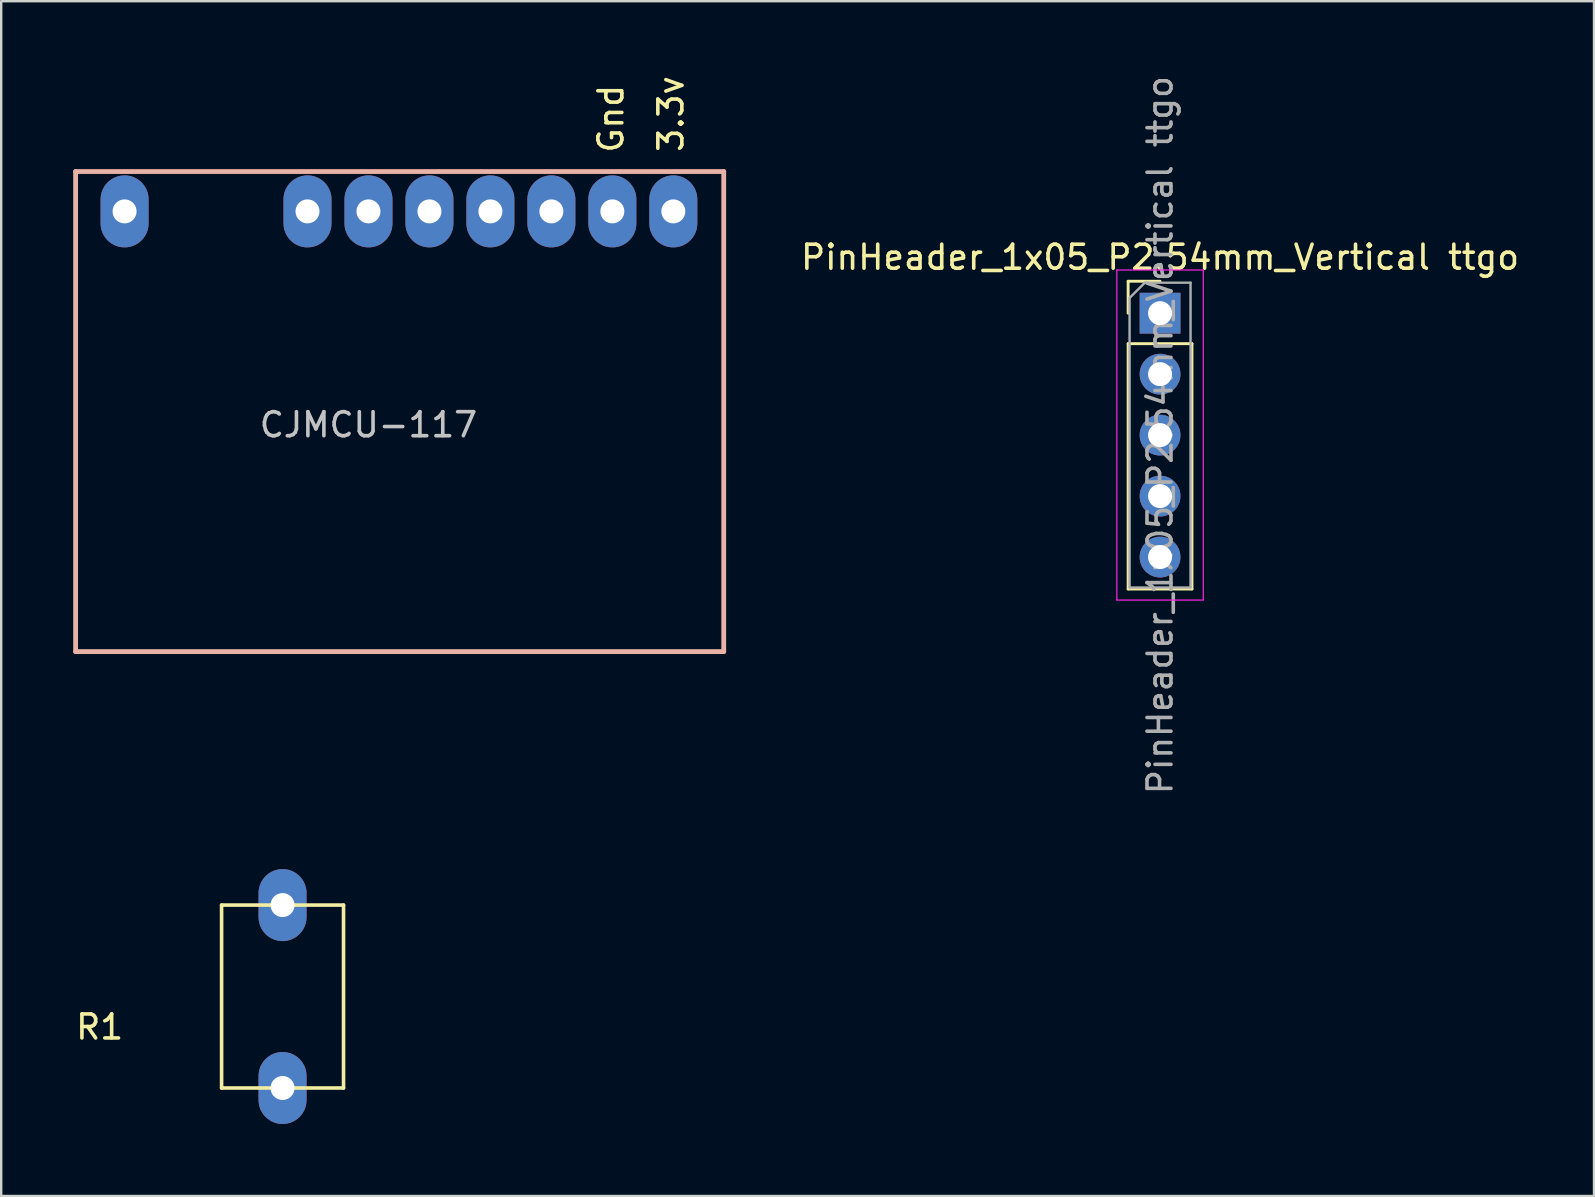
<source format=kicad_pcb>
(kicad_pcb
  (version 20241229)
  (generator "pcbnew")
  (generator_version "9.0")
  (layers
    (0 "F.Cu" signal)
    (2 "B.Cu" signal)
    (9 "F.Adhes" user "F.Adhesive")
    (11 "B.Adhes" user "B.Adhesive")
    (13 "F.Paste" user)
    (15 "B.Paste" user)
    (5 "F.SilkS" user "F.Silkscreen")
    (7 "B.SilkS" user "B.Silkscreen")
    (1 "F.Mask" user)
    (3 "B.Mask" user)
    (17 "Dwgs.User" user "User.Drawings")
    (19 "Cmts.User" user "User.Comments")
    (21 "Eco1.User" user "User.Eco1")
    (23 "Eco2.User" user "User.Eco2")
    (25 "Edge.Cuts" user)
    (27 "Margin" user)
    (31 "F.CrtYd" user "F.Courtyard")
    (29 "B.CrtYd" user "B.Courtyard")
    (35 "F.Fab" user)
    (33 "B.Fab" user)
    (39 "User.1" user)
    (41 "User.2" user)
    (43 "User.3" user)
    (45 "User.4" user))
  (footprint "CJMCU-117"
    (layer "F.Cu")
    (at 12.3 8.296)
    (property "Reference" "CJMCU-117" (at 0 6.35 0) (layer "Dwgs.User") (effects (font (size 1 1) (thickness 0.15))))
    (attr through_hole)
    (fp_line (start -12.2 -4.2) (end 14.8 -4.2) (stroke (width 0.2) (type solid)) (layer "B.SilkS"))
    (fp_line (start -12.2 15.8) (end -12.2 -4.2) (stroke (width 0.2) (type solid)) (layer "B.SilkS"))
    (fp_line (start 14.8 -4.2) (end 14.8 15.8) (stroke (width 0.2) (type solid)) (layer "B.SilkS"))
    (fp_line (start 14.8 15.8) (end -12.2 15.8) (stroke (width 0.2) (type solid)) (layer "B.SilkS"))
    (fp_text user "3.3v" (at 12.6 -6.6 90) (layer "F.SilkS") (effects (font (size 1 1) (thickness 0.15))))
    (fp_text user "Gnd" (at 10.1 -6.4 90) (layer "F.SilkS") (effects (font (size 1 1) (thickness 0.15))))
    (pad "1" thru_hole oval (at 12.7 -2.54) (size 2 3) (drill 1) (layers "*.Cu" "*.Paste" "*.Mask"))
    (pad "2" thru_hole oval (at 10.16 -2.54) (size 2 3) (drill 1) (layers "*.Cu" "*.Paste" "*.Mask"))
    (pad "3" thru_hole oval (at 7.62 -2.54) (size 2 3) (drill 1) (layers "*.Cu" "*.Paste" "*.Mask"))
    (pad "4" thru_hole oval (at 5.08 -2.54) (size 2 3) (drill 1) (layers "*.Cu" "*.Paste" "*.Mask"))
    (pad "5" thru_hole oval (at 2.54 -2.54) (size 2 3) (drill 1) (layers "*.Cu" "*.Paste" "*.Mask"))
    (pad "6" thru_hole oval (at 0 -2.54) (size 2 3) (drill 1) (layers "*.Cu" "*.Paste" "*.Mask"))
    (pad "7" thru_hole oval (at -2.54 -2.54) (size 2 3) (drill 1) (layers "*.Cu" "*.Paste" "*.Mask"))
    (pad "10" thru_hole oval (at -10.16 -2.54) (size 2 3) (drill 1) (layers "*.Cu" "*.Paste" "*.Mask")))
  (footprint "R1"
    (layer "F.Cu")
    (at 8.721 42.275)
    (property "Reference" "R1" (at -7.62 -2.54 0) (layer "F.SilkS") (effects (font (size 1 1) (thickness 0.15))))
    (attr through_hole)
    (fp_line (start -2.54 -7.62) (end 2.54 -7.62) (stroke (width 0.15) (type solid)) (layer "F.SilkS"))
    (fp_line (start -2.54 0) (end -2.54 -7.62) (stroke (width 0.15) (type solid)) (layer "F.SilkS"))
    (fp_line (start 2.54 -7.62) (end 2.54 0) (stroke (width 0.15) (type solid)) (layer "F.SilkS"))
    (fp_line (start 2.54 0) (end -2.54 0) (stroke (width 0.15) (type solid)) (layer "F.SilkS"))
    (pad "1" thru_hole oval (at 0 0) (size 2 3) (drill 1) (layers "*.Cu" "*.Paste" "*.Mask"))
    (pad "2" thru_hole oval (at 0 -7.62) (size 2 3) (drill 1) (layers "*.Cu" "*.Paste" "*.Mask")))
  (footprint "PinHeader_1x05_P2.54mm_Vertical ttgo"
    (layer "F.Cu")
    (at 45.277 9.997)
    (property "Reference" "PinHeader_1x05_P2.54mm_Vertical ttgo" (at 0 -2.33 0) (layer "F.SilkS") (effects (font (size 1 1) (thickness 0.15))))
    (attr through_hole)
    (fp_line (start -1.33 -1.33) (end 0 -1.33) (stroke (width 0.12) (type solid)) (layer "F.SilkS"))
    (fp_line (start -1.33 0) (end -1.33 -1.33) (stroke (width 0.12) (type solid)) (layer "F.SilkS"))
    (fp_line (start -1.33 1.27) (end -1.33 11.49) (stroke (width 0.12) (type solid)) (layer "F.SilkS"))
    (fp_line (start -1.33 1.27) (end 1.33 1.27) (stroke (width 0.12) (type solid)) (layer "F.SilkS"))
    (fp_line (start -1.33 11.49) (end 1.33 11.49) (stroke (width 0.12) (type solid)) (layer "F.SilkS"))
    (fp_line (start 1.33 1.27) (end 1.33 11.49) (stroke (width 0.12) (type solid)) (layer "F.SilkS"))
    (fp_line (start -1.8 -1.8) (end -1.8 11.95) (stroke (width 0.05) (type solid)) (layer "F.CrtYd"))
    (fp_line (start -1.8 11.95) (end 1.8 11.95) (stroke (width 0.05) (type solid)) (layer "F.CrtYd"))
    (fp_line (start 1.8 -1.8) (end -1.8 -1.8) (stroke (width 0.05) (type solid)) (layer "F.CrtYd"))
    (fp_line (start 1.8 11.95) (end 1.8 -1.8) (stroke (width 0.05) (type solid)) (layer "F.CrtYd"))
    (fp_line (start -1.27 -0.635) (end -0.635 -1.27) (stroke (width 0.1) (type solid)) (layer "F.Fab"))
    (fp_line (start -1.27 11.43) (end -1.27 -0.635) (stroke (width 0.1) (type solid)) (layer "F.Fab"))
    (fp_line (start -0.635 -1.27) (end 1.27 -1.27) (stroke (width 0.1) (type solid)) (layer "F.Fab"))
    (fp_line (start 1.27 -1.27) (end 1.27 11.43) (stroke (width 0.1) (type solid)) (layer "F.Fab"))
    (fp_line (start 1.27 11.43) (end -1.27 11.43) (stroke (width 0.1) (type solid)) (layer "F.Fab"))
    (fp_text user "${REFERENCE}" (at 0 5.08 90) (layer "F.Fab") (effects (font (size 1 1) (thickness 0.15))))
    (pad "1" thru_hole rect (at 0 0) (size 1.7 1.7) (drill 1) (layers "*.Cu" "*.Mask"))
    (pad "2" thru_hole oval (at 0 2.54) (size 1.7 1.7) (drill 1) (layers "*.Cu" "*.Mask"))
    (pad "3" thru_hole oval (at 0 5.08) (size 1.7 1.7) (drill 1) (layers "*.Cu" "*.Mask"))
    (pad "4" thru_hole oval (at 0 7.62) (size 1.7 1.7) (drill 1) (layers "*.Cu" "*.Mask"))
    (pad "5" thru_hole oval (at 0 10.16) (size 1.7 1.7) (drill 1) (layers "*.Cu" "*.Mask")))
  (gr_rect
    (start -3 -3)
    (end 63.355 46.775)
    (stroke (width 0.1) (type default))
    (fill no)
    (layer "Edge.Cuts")))
</source>
